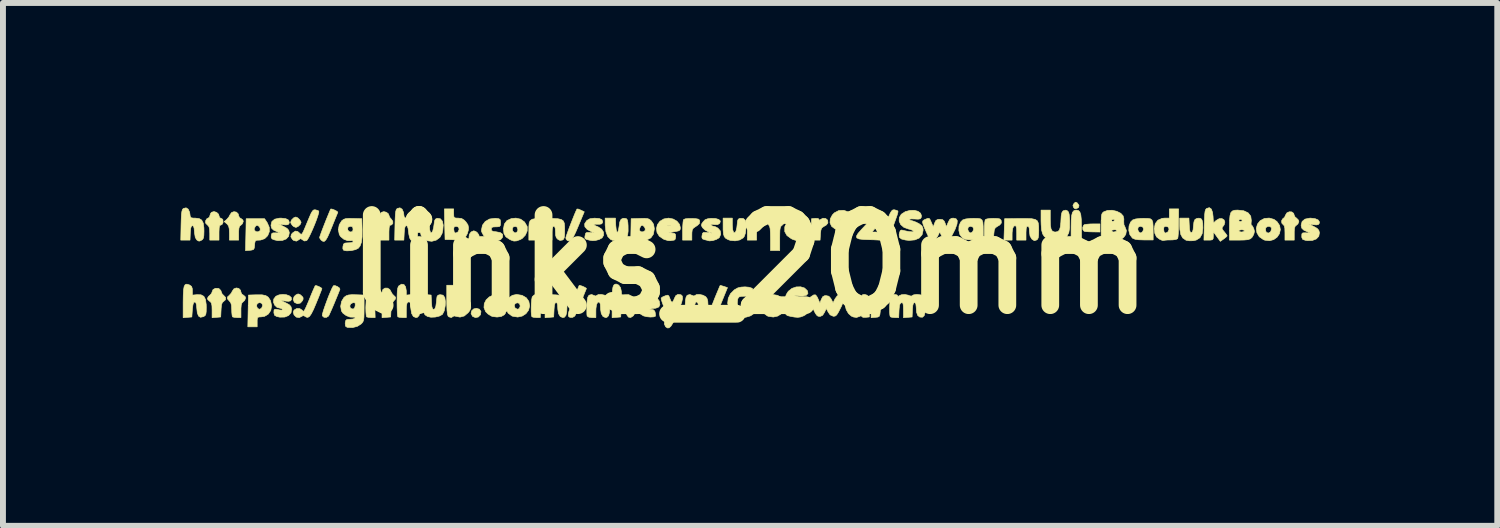
<source format=kicad_pcb>
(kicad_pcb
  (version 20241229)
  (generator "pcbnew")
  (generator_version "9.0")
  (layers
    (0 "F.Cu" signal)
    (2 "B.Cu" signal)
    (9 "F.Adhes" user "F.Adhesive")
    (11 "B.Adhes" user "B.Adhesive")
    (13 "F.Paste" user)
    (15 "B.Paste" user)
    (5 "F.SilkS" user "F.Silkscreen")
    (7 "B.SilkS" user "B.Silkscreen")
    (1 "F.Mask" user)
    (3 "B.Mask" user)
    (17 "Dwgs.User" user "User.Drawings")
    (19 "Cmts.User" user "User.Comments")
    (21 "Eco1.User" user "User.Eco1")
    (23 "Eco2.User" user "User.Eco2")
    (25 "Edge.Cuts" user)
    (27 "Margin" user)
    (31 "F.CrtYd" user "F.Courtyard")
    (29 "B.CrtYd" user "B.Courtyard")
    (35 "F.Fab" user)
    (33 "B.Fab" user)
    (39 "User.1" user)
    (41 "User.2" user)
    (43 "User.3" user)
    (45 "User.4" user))
  (footprint "links_20mm"
    (layer "F.Cu")
    (at 9.619 1.418)
    (property "Reference" "links_20mm" (at 0 0 0) (layer "F.SilkS") (effects (font (size 1.524 1.524) (thickness 0.3))))
    (attr through_hole)
    (fp_poly (pts (xy -6.405 -0.914) (xy -6.4 -0.882) (xy -6.418 -0.853) (xy -6.44 -0.844) (xy -6.478 -0.85) (xy -6.492 -0.865) (xy -6.492 -0.907) (xy -6.464 -0.933) (xy -6.436 -0.935) (xy -6.405 -0.914)) (stroke (width 0.01) (type solid)) (fill yes) (layer "F.SilkS"))
    (fp_poly (pts (xy -6.378 0.359) (xy -6.355 0.386) (xy -6.354 0.405) (xy -6.374 0.434) (xy -6.41 0.446) (xy -6.443 0.437) (xy -6.454 0.423) (xy -6.45 0.388) (xy -6.422 0.362) (xy -6.383 0.358) (xy -6.378 0.359)) (stroke (width 0.01) (type solid)) (fill yes) (layer "F.SilkS"))
    (fp_poly (pts (xy 5.529 -1.044) (xy 5.537 -1.037) (xy 5.565 -0.999) (xy 5.56 -0.965) (xy 5.538 -0.95) (xy 5.506 -0.939) (xy 5.488 -0.947) (xy 5.473 -0.964) (xy 5.463 -0.995) (xy 5.479 -1.027) (xy 5.504 -1.051) (xy 5.529 -1.044)) (stroke (width 0.01) (type solid)) (fill yes) (layer "F.SilkS"))
    (fp_poly (pts (xy -4.567 0.757) (xy -4.541 0.796) (xy -4.549 0.849) (xy -4.549 0.851) (xy -4.585 0.889) (xy -4.634 0.899) (xy -4.682 0.879) (xy -4.685 0.875) (xy -4.708 0.831) (xy -4.699 0.786) (xy -4.665 0.753) (xy -4.619 0.742) (xy -4.567 0.757)) (stroke (width 0.01) (type solid)) (fill yes) (layer "F.SilkS"))
    (fp_poly (pts (xy -7.603 0.507) (xy -7.58 0.525) (xy -7.549 0.556) (xy -7.546 0.586) (xy -7.557 0.613) (xy -7.592 0.653) (xy -7.641 0.665) (xy -7.687 0.646) (xy -7.697 0.636) (xy -7.715 0.589) (xy -7.697 0.542) (xy -7.667 0.515) (xy -7.633 0.499) (xy -7.603 0.507)) (stroke (width 0.01) (type solid)) (fill yes) (layer "F.SilkS"))
    (fp_poly (pts (xy 5.92 -0.547) (xy 5.798 -0.549) (xy 5.73 -0.551) (xy 5.676 -0.555) (xy 5.652 -0.56) (xy 5.631 -0.586) (xy 5.629 -0.626) (xy 5.644 -0.662) (xy 5.658 -0.672) (xy 5.694 -0.678) (xy 5.753 -0.683) (xy 5.805 -0.684) (xy 5.92 -0.684) (xy 5.92 -0.547)) (stroke (width 0.01) (type solid)) (fill yes) (layer "F.SilkS"))
    (fp_poly (pts (xy -6.427 -0.779) (xy -6.405 -0.773) (xy -6.39 -0.761) (xy -6.382 -0.733) (xy -6.377 -0.682) (xy -6.374 -0.601) (xy -6.374 -0.591) (xy -6.368 -0.41) (xy -6.526 -0.41) (xy -6.526 -0.563) (xy -6.522 -0.664) (xy -6.508 -0.731) (xy -6.482 -0.769) (xy -6.443 -0.78) (xy -6.427 -0.779)) (stroke (width 0.01) (type solid)) (fill yes) (layer "F.SilkS"))
    (fp_poly (pts (xy -4.626 -0.554) (xy -4.603 -0.536) (xy -4.578 -0.5) (xy -4.572 -0.479) (xy -4.588 -0.434) (xy -4.628 -0.404) (xy -4.678 -0.394) (xy -4.722 -0.412) (xy -4.724 -0.414) (xy -4.744 -0.457) (xy -4.737 -0.507) (xy -4.708 -0.548) (xy -4.664 -0.567) (xy -4.66 -0.567) (xy -4.626 -0.554)) (stroke (width 0.01) (type solid)) (fill yes) (layer "F.SilkS"))
    (fp_poly (pts (xy -7.637 -0.786) (xy -7.603 -0.753) (xy -7.582 -0.716) (xy -7.581 -0.708) (xy -7.596 -0.674) (xy -7.631 -0.641) (xy -7.667 -0.625) (xy -7.669 -0.625) (xy -7.703 -0.638) (xy -7.726 -0.656) (xy -7.751 -0.692) (xy -7.757 -0.713) (xy -7.742 -0.751) (xy -7.707 -0.786) (xy -7.67 -0.801) (xy -7.637 -0.786)) (stroke (width 0.01) (type solid)) (fill yes) (layer "F.SilkS"))
    (fp_poly (pts (xy 5.555 -0.911) (xy 5.58 -0.886) (xy 5.596 -0.839) (xy 5.604 -0.763) (xy 5.607 -0.655) (xy 5.608 -0.634) (xy 5.608 -0.41) (xy 5.432 -0.41) (xy 5.432 -0.634) (xy 5.434 -0.748) (xy 5.442 -0.828) (xy 5.456 -0.88) (xy 5.48 -0.908) (xy 5.513 -0.918) (xy 5.52 -0.918) (xy 5.555 -0.911)) (stroke (width 0.01) (type solid)) (fill yes) (layer "F.SilkS"))
    (fp_poly (pts (xy -6.388 0.511) (xy -6.366 0.516) (xy -6.352 0.528) (xy -6.343 0.555) (xy -6.339 0.604) (xy -6.335 0.682) (xy -6.335 0.708) (xy -6.329 0.899) (xy -6.395 0.899) (xy -6.443 0.895) (xy -6.473 0.887) (xy -6.474 0.886) (xy -6.48 0.861) (xy -6.485 0.808) (xy -6.487 0.737) (xy -6.487 0.723) (xy -6.482 0.623) (xy -6.468 0.556) (xy -6.441 0.52) (xy -6.401 0.51) (xy -6.388 0.511)) (stroke (width 0.01) (type solid)) (fill yes) (layer "F.SilkS"))
    (fp_poly (pts (xy 1.284 -0.776) (xy 1.316 -0.749) (xy 1.319 -0.74) (xy 1.322 -0.7) (xy 1.297 -0.667) (xy 1.247 -0.637) (xy 1.219 -0.616) (xy 1.204 -0.581) (xy 1.196 -0.521) (xy 1.196 -0.512) (xy 1.19 -0.41) (xy 1.034 -0.41) (xy 1.04 -0.591) (xy 1.045 -0.772) (xy 1.109 -0.778) (xy 1.157 -0.776) (xy 1.172 -0.759) (xy 1.178 -0.745) (xy 1.196 -0.758) (xy 1.238 -0.78) (xy 1.284 -0.776)) (stroke (width 0.01) (type solid)) (fill yes) (layer "F.SilkS"))
    (fp_poly (pts (xy -0.976 -0.776) (xy -0.908 -0.772) (xy -0.869 -0.765) (xy -0.85 -0.751) (xy -0.844 -0.728) (xy -0.85 -0.691) (xy -0.884 -0.658) (xy -0.907 -0.643) (xy -0.949 -0.615) (xy -0.97 -0.585) (xy -0.976 -0.54) (xy -0.977 -0.506) (xy -0.977 -0.41) (xy -1.133 -0.41) (xy -1.133 -0.572) (xy -1.131 -0.649) (xy -1.126 -0.713) (xy -1.12 -0.751) (xy -1.118 -0.756) (xy -1.088 -0.77) (xy -1.025 -0.776) (xy -0.976 -0.776)) (stroke (width 0.01) (type solid)) (fill yes) (layer "F.SilkS"))
    (fp_poly (pts (xy 0.118 -0.776) (xy 0.187 -0.772) (xy 0.225 -0.765) (xy 0.244 -0.751) (xy 0.25 -0.728) (xy 0.244 -0.691) (xy 0.21 -0.658) (xy 0.187 -0.643) (xy 0.145 -0.615) (xy 0.124 -0.585) (xy 0.118 -0.54) (xy 0.117 -0.506) (xy 0.117 -0.41) (xy -0.039 -0.41) (xy -0.039 -0.572) (xy -0.037 -0.649) (xy -0.032 -0.713) (xy -0.026 -0.751) (xy -0.024 -0.756) (xy 0.006 -0.77) (xy 0.07 -0.776) (xy 0.118 -0.776)) (stroke (width 0.01) (type solid)) (fill yes) (layer "F.SilkS"))
    (fp_poly (pts (xy 4.185 -0.776) (xy 4.225 -0.769) (xy 4.244 -0.753) (xy 4.251 -0.739) (xy 4.253 -0.699) (xy 4.226 -0.666) (xy 4.178 -0.637) (xy 4.15 -0.616) (xy 4.134 -0.581) (xy 4.127 -0.521) (xy 4.126 -0.512) (xy 4.121 -0.41) (xy 3.966 -0.41) (xy 3.967 -0.572) (xy 3.968 -0.649) (xy 3.973 -0.712) (xy 3.979 -0.75) (xy 3.981 -0.755) (xy 4.008 -0.768) (xy 4.063 -0.776) (xy 4.117 -0.778) (xy 4.185 -0.776)) (stroke (width 0.01) (type solid)) (fill yes) (layer "F.SilkS"))
    (fp_poly (pts (xy -2.897 -0.935) (xy -2.858 -0.919) (xy -2.853 -0.917) (xy -2.795 -0.889) (xy -2.897 -0.645) (xy -2.942 -0.54) (xy -2.978 -0.467) (xy -3.007 -0.422) (xy -3.033 -0.4) (xy -3.06 -0.397) (xy -3.082 -0.403) (xy -3.103 -0.429) (xy -3.107 -0.449) (xy -3.1 -0.476) (xy -3.081 -0.53) (xy -3.055 -0.603) (xy -3.023 -0.685) (xy -2.99 -0.769) (xy -2.96 -0.844) (xy -2.935 -0.902) (xy -2.919 -0.934) (xy -2.917 -0.936) (xy -2.897 -0.935)) (stroke (width 0.01) (type solid)) (fill yes) (layer "F.SilkS"))
    (fp_poly (pts (xy -0.48 0.359) (xy -0.439 0.371) (xy -0.435 0.372) (xy -0.375 0.393) (xy -0.476 0.641) (xy -0.519 0.746) (xy -0.553 0.819) (xy -0.58 0.865) (xy -0.602 0.889) (xy -0.616 0.895) (xy -0.655 0.893) (xy -0.67 0.887) (xy -0.681 0.866) (xy -0.681 0.833) (xy -0.669 0.782) (xy -0.643 0.707) (xy -0.602 0.603) (xy -0.594 0.582) (xy -0.559 0.497) (xy -0.529 0.426) (xy -0.509 0.377) (xy -0.499 0.357) (xy -0.499 0.356) (xy -0.48 0.359)) (stroke (width 0.01) (type solid)) (fill yes) (layer "F.SilkS"))
    (fp_poly (pts (xy -6.966 0.375) (xy -6.934 0.398) (xy -6.924 0.42) (xy -6.924 0.42) (xy -6.953 0.494) (xy -6.988 0.579) (xy -7.024 0.666) (xy -7.059 0.748) (xy -7.089 0.815) (xy -7.11 0.861) (xy -7.118 0.874) (xy -7.153 0.896) (xy -7.194 0.894) (xy -7.222 0.869) (xy -7.223 0.867) (xy -7.22 0.84) (xy -7.205 0.786) (xy -7.18 0.712) (xy -7.15 0.629) (xy -7.118 0.544) (xy -7.086 0.467) (xy -7.059 0.405) (xy -7.038 0.367) (xy -7.032 0.36) (xy -7.003 0.36) (xy -6.966 0.375)) (stroke (width 0.01) (type solid)) (fill yes) (layer "F.SilkS"))
    (fp_poly (pts (xy -8.673 -0.883) (xy -8.643 -0.853) (xy -8.636 -0.821) (xy -8.62 -0.788) (xy -8.597 -0.776) (xy -8.564 -0.75) (xy -8.558 -0.725) (xy -8.574 -0.685) (xy -8.597 -0.664) (xy -8.62 -0.645) (xy -8.631 -0.612) (xy -8.636 -0.555) (xy -8.636 -0.527) (xy -8.636 -0.41) (xy -8.792 -0.41) (xy -8.792 -0.529) (xy -8.795 -0.6) (xy -8.805 -0.645) (xy -8.825 -0.676) (xy -8.836 -0.686) (xy -8.88 -0.723) (xy -8.839 -0.758) (xy -8.802 -0.8) (xy -8.784 -0.835) (xy -8.756 -0.876) (xy -8.715 -0.891) (xy -8.673 -0.883)) (stroke (width 0.01) (type solid)) (fill yes) (layer "F.SilkS"))
    (fp_poly (pts (xy 2.169 0.518) (xy 2.178 0.527) (xy 2.203 0.534) (xy 2.228 0.522) (xy 2.271 0.509) (xy 2.301 0.52) (xy 2.336 0.557) (xy 2.333 0.597) (xy 2.293 0.637) (xy 2.282 0.644) (xy 2.243 0.672) (xy 2.222 0.706) (xy 2.211 0.758) (xy 2.208 0.786) (xy 2.201 0.846) (xy 2.19 0.877) (xy 2.167 0.89) (xy 2.125 0.895) (xy 2.052 0.901) (xy 2.052 0.735) (xy 2.053 0.656) (xy 2.056 0.588) (xy 2.062 0.546) (xy 2.063 0.539) (xy 2.09 0.516) (xy 2.132 0.508) (xy 2.169 0.518)) (stroke (width 0.01) (type solid)) (fill yes) (layer "F.SilkS"))
    (fp_poly (pts (xy -7.06 -0.935) (xy -7.023 -0.922) (xy -6.985 -0.903) (xy -6.962 -0.886) (xy -6.96 -0.881) (xy -6.969 -0.858) (xy -6.99 -0.807) (xy -7.019 -0.736) (xy -7.052 -0.654) (xy -7.098 -0.542) (xy -7.133 -0.463) (xy -7.162 -0.414) (xy -7.187 -0.39) (xy -7.21 -0.389) (xy -7.235 -0.405) (xy -7.245 -0.414) (xy -7.266 -0.445) (xy -7.268 -0.457) (xy -7.261 -0.479) (xy -7.243 -0.53) (xy -7.217 -0.599) (xy -7.186 -0.679) (xy -7.154 -0.76) (xy -7.123 -0.835) (xy -7.099 -0.894) (xy -7.083 -0.93) (xy -7.08 -0.936) (xy -7.06 -0.935)) (stroke (width 0.01) (type solid)) (fill yes) (layer "F.SilkS"))
    (fp_poly (pts (xy -6.082 0.424) (xy -6.065 0.455) (xy -6.038 0.502) (xy -6.015 0.524) (xy -5.984 0.555) (xy -5.987 0.586) (xy -6.017 0.62) (xy -6.042 0.658) (xy -6.056 0.719) (xy -6.061 0.772) (xy -6.067 0.889) (xy -6.14 0.895) (xy -6.213 0.901) (xy -6.213 0.774) (xy -6.215 0.702) (xy -6.222 0.659) (xy -6.238 0.635) (xy -6.252 0.625) (xy -6.284 0.594) (xy -6.291 0.567) (xy -6.275 0.532) (xy -6.252 0.518) (xy -6.221 0.493) (xy -6.213 0.47) (xy -6.199 0.425) (xy -6.164 0.401) (xy -6.12 0.401) (xy -6.082 0.424)) (stroke (width 0.01) (type solid)) (fill yes) (layer "F.SilkS"))
    (fp_poly (pts (xy -2.863 0.357) (xy -2.826 0.369) (xy -2.787 0.387) (xy -2.762 0.403) (xy -2.759 0.409) (xy -2.768 0.431) (xy -2.789 0.482) (xy -2.818 0.554) (xy -2.851 0.636) (xy -2.886 0.722) (xy -2.918 0.796) (xy -2.943 0.85) (xy -2.956 0.874) (xy -2.991 0.895) (xy -3.034 0.896) (xy -3.055 0.886) (xy -3.064 0.869) (xy -3.065 0.841) (xy -3.055 0.797) (xy -3.032 0.731) (xy -2.996 0.638) (xy -2.976 0.588) (xy -2.941 0.501) (xy -2.912 0.429) (xy -2.891 0.379) (xy -2.882 0.357) (xy -2.882 0.356) (xy -2.863 0.357)) (stroke (width 0.01) (type solid)) (fill yes) (layer "F.SilkS"))
    (fp_poly (pts (xy -5.412 -0.665) (xy -5.407 -0.584) (xy -5.394 -0.54) (xy -5.376 -0.532) (xy -5.357 -0.561) (xy -5.341 -0.625) (xy -5.334 -0.674) (xy -5.326 -0.733) (xy -5.312 -0.764) (xy -5.288 -0.776) (xy -5.276 -0.779) (xy -5.226 -0.77) (xy -5.193 -0.73) (xy -5.179 -0.664) (xy -5.186 -0.576) (xy -5.198 -0.523) (xy -5.235 -0.456) (xy -5.297 -0.41) (xy -5.372 -0.39) (xy -5.45 -0.4) (xy -5.481 -0.413) (xy -5.524 -0.444) (xy -5.551 -0.484) (xy -5.565 -0.544) (xy -5.568 -0.632) (xy -5.568 -0.639) (xy -5.568 -0.782) (xy -5.412 -0.782) (xy -5.412 -0.665)) (stroke (width 0.01) (type solid)) (fill yes) (layer "F.SilkS"))
    (fp_poly (pts (xy -2.263 -0.659) (xy -2.255 -0.585) (xy -2.243 -0.547) (xy -2.23 -0.544) (xy -2.217 -0.579) (xy -2.207 -0.639) (xy -2.195 -0.717) (xy -2.173 -0.762) (xy -2.138 -0.779) (xy -2.108 -0.778) (xy -2.081 -0.771) (xy -2.067 -0.751) (xy -2.059 -0.71) (xy -2.055 -0.655) (xy -2.054 -0.561) (xy -2.062 -0.497) (xy -2.083 -0.455) (xy -2.12 -0.425) (xy -2.129 -0.42) (xy -2.22 -0.394) (xy -2.311 -0.405) (xy -2.349 -0.421) (xy -2.397 -0.469) (xy -2.429 -0.551) (xy -2.442 -0.663) (xy -2.442 -0.689) (xy -2.442 -0.782) (xy -2.268 -0.782) (xy -2.263 -0.659)) (stroke (width 0.01) (type solid)) (fill yes) (layer "F.SilkS"))
    (fp_poly (pts (xy 9.161 -0.887) (xy 9.193 -0.863) (xy 9.203 -0.829) (xy 9.218 -0.8) (xy 9.242 -0.782) (xy 9.273 -0.75) (xy 9.281 -0.723) (xy 9.265 -0.684) (xy 9.242 -0.664) (xy 9.219 -0.645) (xy 9.207 -0.612) (xy 9.203 -0.555) (xy 9.203 -0.527) (xy 9.203 -0.41) (xy 9.046 -0.41) (xy 9.046 -0.535) (xy 9.044 -0.61) (xy 9.034 -0.653) (xy 9.017 -0.671) (xy 9.017 -0.671) (xy 8.993 -0.697) (xy 8.989 -0.736) (xy 9.006 -0.769) (xy 9.015 -0.774) (xy 9.041 -0.799) (xy 9.054 -0.83) (xy 9.079 -0.871) (xy 9.119 -0.889) (xy 9.161 -0.887)) (stroke (width 0.01) (type solid)) (fill yes) (layer "F.SilkS"))
    (fp_poly (pts (xy -8.981 0.405) (xy -8.968 0.41) (xy -8.937 0.441) (xy -8.929 0.465) (xy -8.914 0.501) (xy -8.89 0.523) (xy -8.856 0.559) (xy -8.858 0.597) (xy -8.889 0.625) (xy -8.912 0.645) (xy -8.925 0.682) (xy -8.932 0.746) (xy -8.933 0.767) (xy -8.939 0.889) (xy -9.012 0.895) (xy -9.085 0.901) (xy -9.085 0.774) (xy -9.087 0.702) (xy -9.095 0.659) (xy -9.11 0.635) (xy -9.124 0.625) (xy -9.156 0.597) (xy -9.164 0.576) (xy -9.148 0.544) (xy -9.124 0.523) (xy -9.094 0.491) (xy -9.085 0.465) (xy -9.069 0.426) (xy -9.029 0.404) (xy -8.981 0.405)) (stroke (width 0.01) (type solid)) (fill yes) (layer "F.SilkS"))
    (fp_poly (pts (xy -6.139 -0.881) (xy -6.105 -0.854) (xy -6.096 -0.829) (xy -6.082 -0.794) (xy -6.056 -0.765) (xy -6.031 -0.729) (xy -6.03 -0.691) (xy -6.053 -0.667) (xy -6.069 -0.664) (xy -6.084 -0.654) (xy -6.093 -0.618) (xy -6.096 -0.55) (xy -6.096 -0.537) (xy -6.096 -0.41) (xy -6.252 -0.41) (xy -6.252 -0.527) (xy -6.255 -0.596) (xy -6.263 -0.636) (xy -6.282 -0.659) (xy -6.291 -0.664) (xy -6.323 -0.697) (xy -6.33 -0.725) (xy -6.314 -0.764) (xy -6.291 -0.776) (xy -6.26 -0.799) (xy -6.252 -0.821) (xy -6.238 -0.861) (xy -6.222 -0.88) (xy -6.183 -0.892) (xy -6.139 -0.881)) (stroke (width 0.01) (type solid)) (fill yes) (layer "F.SilkS"))
    (fp_poly (pts (xy -0.293 -0.665) (xy -0.287 -0.585) (xy -0.272 -0.542) (xy -0.252 -0.533) (xy -0.232 -0.561) (xy -0.217 -0.622) (xy -0.211 -0.675) (xy -0.205 -0.734) (xy -0.193 -0.764) (xy -0.17 -0.776) (xy -0.16 -0.778) (xy -0.108 -0.776) (xy -0.076 -0.748) (xy -0.062 -0.692) (xy -0.062 -0.611) (xy -0.072 -0.529) (xy -0.09 -0.475) (xy -0.11 -0.448) (xy -0.169 -0.413) (xy -0.246 -0.398) (xy -0.326 -0.405) (xy -0.363 -0.418) (xy -0.404 -0.44) (xy -0.429 -0.469) (xy -0.443 -0.514) (xy -0.449 -0.583) (xy -0.449 -0.646) (xy -0.449 -0.782) (xy -0.293 -0.782) (xy -0.293 -0.665)) (stroke (width 0.01) (type solid)) (fill yes) (layer "F.SilkS"))
    (fp_poly (pts (xy 7.429 -0.659) (xy 7.434 -0.589) (xy 7.444 -0.55) (xy 7.461 -0.537) (xy 7.464 -0.537) (xy 7.482 -0.549) (xy 7.494 -0.587) (xy 7.499 -0.644) (xy 7.508 -0.718) (xy 7.526 -0.76) (xy 7.561 -0.778) (xy 7.593 -0.781) (xy 7.626 -0.774) (xy 7.646 -0.746) (xy 7.657 -0.693) (xy 7.659 -0.615) (xy 7.647 -0.518) (xy 7.609 -0.45) (xy 7.546 -0.411) (xy 7.493 -0.4) (xy 7.431 -0.399) (xy 7.38 -0.407) (xy 7.373 -0.409) (xy 7.319 -0.446) (xy 7.286 -0.504) (xy 7.27 -0.59) (xy 7.268 -0.649) (xy 7.268 -0.782) (xy 7.423 -0.782) (xy 7.429 -0.659)) (stroke (width 0.01) (type solid)) (fill yes) (layer "F.SilkS"))
    (fp_poly (pts (xy -9.008 -0.879) (xy -8.975 -0.848) (xy -8.968 -0.821) (xy -8.957 -0.789) (xy -8.941 -0.782) (xy -8.911 -0.766) (xy -8.902 -0.752) (xy -8.899 -0.708) (xy -8.917 -0.674) (xy -8.941 -0.664) (xy -8.957 -0.654) (xy -8.965 -0.618) (xy -8.968 -0.55) (xy -8.968 -0.537) (xy -8.968 -0.41) (xy -9.124 -0.41) (xy -9.124 -0.525) (xy -9.127 -0.594) (xy -9.137 -0.635) (xy -9.157 -0.661) (xy -9.166 -0.668) (xy -9.196 -0.7) (xy -9.194 -0.738) (xy -9.173 -0.772) (xy -9.152 -0.782) (xy -9.129 -0.798) (xy -9.124 -0.818) (xy -9.11 -0.861) (xy -9.095 -0.88) (xy -9.053 -0.893) (xy -9.008 -0.879)) (stroke (width 0.01) (type solid)) (fill yes) (layer "F.SilkS"))
    (fp_poly (pts (xy -8.242 0.514) (xy -8.178 0.527) (xy -8.135 0.555) (xy -8.104 0.602) (xy -8.096 0.619) (xy -8.079 0.702) (xy -8.093 0.778) (xy -8.134 0.839) (xy -8.198 0.878) (xy -8.256 0.887) (xy -8.298 0.889) (xy -8.317 0.903) (xy -8.323 0.938) (xy -8.323 0.971) (xy -8.323 1.055) (xy -8.481 1.055) (xy -8.474 0.696) (xy -8.335 0.696) (xy -8.321 0.735) (xy -8.29 0.76) (xy -8.26 0.748) (xy -8.245 0.733) (xy -8.23 0.692) (xy -8.245 0.658) (xy -8.282 0.645) (xy -8.319 0.66) (xy -8.335 0.696) (xy -8.474 0.696) (xy -8.47 0.518) (xy -8.336 0.514) (xy -8.242 0.514)) (stroke (width 0.01) (type solid)) (fill yes) (layer "F.SilkS"))
    (fp_poly (pts (xy -5.456 0.512) (xy -5.383 0.518) (xy -5.377 0.64) (xy -5.371 0.712) (xy -5.36 0.75) (xy -5.343 0.762) (xy -5.343 0.762) (xy -5.32 0.75) (xy -5.304 0.71) (xy -5.294 0.638) (xy -5.29 0.596) (xy -5.284 0.545) (xy -5.267 0.521) (xy -5.233 0.512) (xy -5.182 0.52) (xy -5.152 0.561) (xy -5.141 0.635) (xy -5.145 0.7) (xy -5.162 0.786) (xy -5.191 0.842) (xy -5.194 0.846) (xy -5.243 0.873) (xy -5.313 0.89) (xy -5.387 0.893) (xy -5.445 0.88) (xy -5.486 0.853) (xy -5.512 0.807) (xy -5.526 0.737) (xy -5.529 0.645) (xy -5.529 0.506) (xy -5.456 0.512)) (stroke (width 0.01) (type solid)) (fill yes) (layer "F.SilkS"))
    (fp_poly (pts (xy -4.209 0.516) (xy -4.175 0.531) (xy -4.164 0.561) (xy -4.165 0.592) (xy -4.172 0.632) (xy -4.191 0.65) (xy -4.233 0.654) (xy -4.25 0.655) (xy -4.301 0.658) (xy -4.323 0.671) (xy -4.328 0.694) (xy -4.32 0.719) (xy -4.291 0.734) (xy -4.242 0.742) (xy -4.173 0.759) (xy -4.134 0.787) (xy -4.126 0.822) (xy -4.144 0.85) (xy -4.197 0.88) (xy -4.269 0.89) (xy -4.343 0.881) (xy -4.369 0.872) (xy -4.422 0.838) (xy -4.462 0.799) (xy -4.49 0.73) (xy -4.485 0.662) (xy -4.453 0.599) (xy -4.399 0.549) (xy -4.328 0.517) (xy -4.247 0.51) (xy -4.209 0.516)) (stroke (width 0.01) (type solid)) (fill yes) (layer "F.SilkS"))
    (fp_poly (pts (xy -3.846 0.523) (xy -3.774 0.565) (xy -3.732 0.625) (xy -3.718 0.702) (xy -3.736 0.773) (xy -3.78 0.832) (xy -3.843 0.873) (xy -3.919 0.89) (xy -4 0.878) (xy -4.019 0.871) (xy -4.081 0.825) (xy -4.115 0.763) (xy -4.123 0.694) (xy -4.123 0.69) (xy -3.978 0.69) (xy -3.968 0.729) (xy -3.964 0.736) (xy -3.927 0.758) (xy -3.895 0.748) (xy -3.879 0.709) (xy -3.878 0.703) (xy -3.89 0.662) (xy -3.92 0.649) (xy -3.959 0.658) (xy -3.978 0.69) (xy -4.123 0.69) (xy -4.108 0.624) (xy -4.07 0.565) (xy -4.011 0.523) (xy -3.938 0.508) (xy -3.846 0.523)) (stroke (width 0.01) (type solid)) (fill yes) (layer "F.SilkS"))
    (fp_poly (pts (xy 0.472 0.523) (xy 0.544 0.565) (xy 0.586 0.625) (xy 0.6 0.702) (xy 0.582 0.773) (xy 0.538 0.832) (xy 0.475 0.873) (xy 0.399 0.89) (xy 0.318 0.878) (xy 0.299 0.871) (xy 0.237 0.825) (xy 0.203 0.763) (xy 0.195 0.694) (xy 0.195 0.69) (xy 0.34 0.69) (xy 0.35 0.729) (xy 0.354 0.736) (xy 0.391 0.758) (xy 0.423 0.748) (xy 0.439 0.709) (xy 0.44 0.703) (xy 0.428 0.662) (xy 0.398 0.649) (xy 0.359 0.658) (xy 0.34 0.69) (xy 0.195 0.69) (xy 0.21 0.624) (xy 0.248 0.565) (xy 0.307 0.523) (xy 0.38 0.508) (xy 0.472 0.523)) (stroke (width 0.01) (type solid)) (fill yes) (layer "F.SilkS"))
    (fp_poly (pts (xy -8.634 0.406) (xy -8.604 0.437) (xy -8.597 0.47) (xy -8.581 0.504) (xy -8.558 0.518) (xy -8.526 0.544) (xy -8.519 0.568) (xy -8.534 0.607) (xy -8.558 0.63) (xy -8.58 0.651) (xy -8.592 0.685) (xy -8.597 0.743) (xy -8.597 0.776) (xy -8.597 0.899) (xy -8.662 0.899) (xy -8.71 0.895) (xy -8.739 0.887) (xy -8.74 0.886) (xy -8.747 0.86) (xy -8.752 0.809) (xy -8.753 0.763) (xy -8.757 0.692) (xy -8.77 0.647) (xy -8.792 0.62) (xy -8.826 0.582) (xy -8.824 0.55) (xy -8.795 0.524) (xy -8.759 0.484) (xy -8.745 0.455) (xy -8.717 0.414) (xy -8.676 0.398) (xy -8.634 0.406)) (stroke (width 0.01) (type solid)) (fill yes) (layer "F.SilkS"))
    (fp_poly (pts (xy -3.87 -0.764) (xy -3.804 -0.716) (xy -3.763 -0.646) (xy -3.759 -0.635) (xy -3.76 -0.564) (xy -3.791 -0.494) (xy -3.844 -0.438) (xy -3.878 -0.419) (xy -3.939 -0.397) (xy -3.984 -0.394) (xy -4.031 -0.41) (xy -4.054 -0.421) (xy -4.119 -0.465) (xy -4.152 -0.519) (xy -4.161 -0.595) (xy -4.16 -0.603) (xy -4.012 -0.603) (xy -4.003 -0.562) (xy -3.973 -0.533) (xy -3.94 -0.536) (xy -3.92 -0.568) (xy -3.917 -0.586) (xy -3.931 -0.629) (xy -3.954 -0.642) (xy -3.994 -0.635) (xy -4.012 -0.603) (xy -4.16 -0.603) (xy -4.146 -0.681) (xy -4.102 -0.74) (xy -4.028 -0.774) (xy -3.951 -0.782) (xy -3.87 -0.764)) (stroke (width 0.01) (type solid)) (fill yes) (layer "F.SilkS"))
    (fp_poly (pts (xy 8.86 -0.761) (xy 8.911 -0.724) (xy 8.956 -0.657) (xy 8.968 -0.587) (xy 8.953 -0.519) (xy 8.914 -0.461) (xy 8.856 -0.419) (xy 8.786 -0.4) (xy 8.706 -0.409) (xy 8.681 -0.419) (xy 8.612 -0.467) (xy 8.572 -0.534) (xy 8.567 -0.57) (xy 8.717 -0.57) (xy 8.735 -0.539) (xy 8.766 -0.529) (xy 8.798 -0.546) (xy 8.809 -0.562) (xy 8.819 -0.602) (xy 8.817 -0.62) (xy 8.793 -0.641) (xy 8.756 -0.642) (xy 8.725 -0.623) (xy 8.721 -0.615) (xy 8.717 -0.57) (xy 8.567 -0.57) (xy 8.561 -0.608) (xy 8.582 -0.682) (xy 8.627 -0.738) (xy 8.698 -0.776) (xy 8.78 -0.783) (xy 8.86 -0.761)) (stroke (width 0.01) (type solid)) (fill yes) (layer "F.SilkS"))
    (fp_poly (pts (xy -1.728 -0.774) (xy -1.696 -0.763) (xy -1.669 -0.741) (xy -1.659 -0.731) (xy -1.624 -0.678) (xy -1.612 -0.609) (xy -1.612 -0.596) (xy -1.627 -0.51) (xy -1.67 -0.448) (xy -1.737 -0.415) (xy -1.781 -0.41) (xy -1.856 -0.41) (xy -1.856 -0.234) (xy -2.014 -0.234) (xy -2.008 -0.503) (xy -2.006 -0.598) (xy -1.863 -0.598) (xy -1.862 -0.574) (xy -1.837 -0.551) (xy -1.799 -0.55) (xy -1.769 -0.571) (xy -1.765 -0.578) (xy -1.768 -0.614) (xy -1.786 -0.641) (xy -1.814 -0.663) (xy -1.833 -0.654) (xy -1.846 -0.638) (xy -1.863 -0.598) (xy -2.006 -0.598) (xy -2.003 -0.772) (xy -1.855 -0.776) (xy -1.777 -0.778) (xy -1.728 -0.774)) (stroke (width 0.01) (type solid)) (fill yes) (layer "F.SilkS"))
    (fp_poly (pts (xy 3.853 -0.777) (xy 3.9 -0.77) (xy 3.927 -0.749) (xy 3.941 -0.709) (xy 3.946 -0.642) (xy 3.947 -0.554) (xy 3.947 -0.413) (xy 3.791 -0.413) (xy 3.7 -0.416) (xy 3.64 -0.425) (xy 3.602 -0.441) (xy 3.595 -0.446) (xy 3.553 -0.502) (xy 3.535 -0.574) (xy 3.536 -0.595) (xy 3.685 -0.595) (xy 3.696 -0.562) (xy 3.722 -0.531) (xy 3.753 -0.538) (xy 3.771 -0.557) (xy 3.786 -0.597) (xy 3.771 -0.631) (xy 3.734 -0.645) (xy 3.696 -0.631) (xy 3.685 -0.595) (xy 3.536 -0.595) (xy 3.538 -0.649) (xy 3.565 -0.715) (xy 3.6 -0.751) (xy 3.652 -0.768) (xy 3.734 -0.777) (xy 3.784 -0.778) (xy 3.853 -0.777)) (stroke (width 0.01) (type solid)) (fill yes) (layer "F.SilkS"))
    (fp_poly (pts (xy 6.726 -0.777) (xy 6.772 -0.77) (xy 6.799 -0.749) (xy 6.813 -0.709) (xy 6.818 -0.642) (xy 6.819 -0.554) (xy 6.819 -0.413) (xy 6.663 -0.413) (xy 6.573 -0.416) (xy 6.513 -0.425) (xy 6.474 -0.441) (xy 6.467 -0.446) (xy 6.425 -0.502) (xy 6.407 -0.574) (xy 6.408 -0.595) (xy 6.558 -0.595) (xy 6.568 -0.562) (xy 6.595 -0.531) (xy 6.625 -0.538) (xy 6.643 -0.557) (xy 6.658 -0.597) (xy 6.643 -0.631) (xy 6.606 -0.645) (xy 6.568 -0.631) (xy 6.558 -0.595) (xy 6.408 -0.595) (xy 6.411 -0.649) (xy 6.437 -0.715) (xy 6.473 -0.751) (xy 6.524 -0.768) (xy 6.607 -0.777) (xy 6.656 -0.778) (xy 6.726 -0.777)) (stroke (width 0.01) (type solid)) (fill yes) (layer "F.SilkS"))
    (fp_poly (pts (xy -8.152 -0.703) (xy -8.119 -0.627) (xy -8.118 -0.552) (xy -8.145 -0.485) (xy -8.196 -0.435) (xy -8.267 -0.411) (xy -8.287 -0.41) (xy -8.333 -0.408) (xy -8.355 -0.395) (xy -8.364 -0.359) (xy -8.366 -0.327) (xy -8.372 -0.275) (xy -8.387 -0.25) (xy -8.421 -0.241) (xy -8.446 -0.238) (xy -8.52 -0.232) (xy -8.514 -0.502) (xy -8.512 -0.604) (xy -8.373 -0.604) (xy -8.371 -0.58) (xy -8.344 -0.553) (xy -8.306 -0.55) (xy -8.275 -0.57) (xy -8.271 -0.578) (xy -8.274 -0.615) (xy -8.291 -0.641) (xy -8.319 -0.662) (xy -8.342 -0.653) (xy -8.353 -0.643) (xy -8.373 -0.604) (xy -8.512 -0.604) (xy -8.509 -0.772) (xy -8.198 -0.772) (xy -8.152 -0.703)) (stroke (width 0.01) (type solid)) (fill yes) (layer "F.SilkS"))
    (fp_poly (pts (xy 0.548 -0.935) (xy 0.577 -0.903) (xy 0.584 -0.866) (xy 0.562 -0.831) (xy 0.545 -0.82) (xy 0.504 -0.798) (xy 0.545 -0.769) (xy 0.581 -0.729) (xy 0.578 -0.69) (xy 0.547 -0.66) (xy 0.529 -0.645) (xy 0.518 -0.621) (xy 0.511 -0.582) (xy 0.509 -0.518) (xy 0.508 -0.435) (xy 0.508 -0.234) (xy 0.352 -0.234) (xy 0.352 -0.437) (xy 0.35 -0.536) (xy 0.346 -0.602) (xy 0.337 -0.643) (xy 0.323 -0.664) (xy 0.322 -0.664) (xy 0.297 -0.704) (xy 0.298 -0.748) (xy 0.32 -0.776) (xy 0.343 -0.803) (xy 0.366 -0.852) (xy 0.37 -0.865) (xy 0.399 -0.923) (xy 0.441 -0.95) (xy 0.443 -0.95) (xy 0.501 -0.953) (xy 0.548 -0.935)) (stroke (width 0.01) (type solid)) (fill yes) (layer "F.SilkS"))
    (fp_poly (pts (xy -4.286 -0.778) (xy -4.237 -0.771) (xy -4.216 -0.755) (xy -4.211 -0.718) (xy -4.211 -0.703) (xy -4.213 -0.66) (xy -4.228 -0.64) (xy -4.266 -0.635) (xy -4.289 -0.635) (xy -4.34 -0.632) (xy -4.362 -0.618) (xy -4.367 -0.596) (xy -4.36 -0.57) (xy -4.331 -0.556) (xy -4.285 -0.551) (xy -4.213 -0.537) (xy -4.175 -0.508) (xy -4.174 -0.466) (xy -4.181 -0.451) (xy -4.208 -0.419) (xy -4.229 -0.41) (xy -4.274 -0.405) (xy -4.282 -0.403) (xy -4.318 -0.402) (xy -4.37 -0.409) (xy -4.376 -0.411) (xy -4.444 -0.441) (xy -4.499 -0.492) (xy -4.53 -0.552) (xy -4.533 -0.578) (xy -4.516 -0.662) (xy -4.468 -0.726) (xy -4.395 -0.767) (xy -4.302 -0.779) (xy -4.286 -0.778)) (stroke (width 0.01) (type solid)) (fill yes) (layer "F.SilkS"))
    (fp_poly (pts (xy -9.477 0.344) (xy -9.466 0.348) (xy -9.432 0.372) (xy -9.419 0.411) (xy -9.418 0.445) (xy -9.418 0.519) (xy -9.341 0.512) (xy -9.272 0.514) (xy -9.224 0.54) (xy -9.196 0.594) (xy -9.184 0.679) (xy -9.183 0.723) (xy -9.184 0.796) (xy -9.19 0.84) (xy -9.202 0.864) (xy -9.225 0.88) (xy -9.231 0.883) (xy -9.281 0.894) (xy -9.314 0.873) (xy -9.335 0.819) (xy -9.343 0.746) (xy -9.35 0.679) (xy -9.361 0.644) (xy -9.378 0.635) (xy -9.396 0.646) (xy -9.408 0.682) (xy -9.417 0.75) (xy -9.418 0.762) (xy -9.427 0.889) (xy -9.574 0.901) (xy -9.574 0.639) (xy -9.572 0.517) (xy -9.567 0.429) (xy -9.557 0.373) (xy -9.539 0.342) (xy -9.513 0.334) (xy -9.477 0.344)) (stroke (width 0.01) (type solid)) (fill yes) (layer "F.SilkS"))
    (fp_poly (pts (xy -7.84 -0.773) (xy -7.793 -0.749) (xy -7.78 -0.711) (xy -7.784 -0.691) (xy -7.801 -0.672) (xy -7.836 -0.667) (xy -7.879 -0.671) (xy -7.962 -0.683) (xy -7.874 -0.64) (xy -7.818 -0.608) (xy -7.79 -0.576) (xy -7.78 -0.536) (xy -7.791 -0.475) (xy -7.832 -0.43) (xy -7.896 -0.405) (xy -7.975 -0.402) (xy -8.027 -0.413) (xy -8.071 -0.43) (xy -8.086 -0.456) (xy -8.085 -0.484) (xy -8.078 -0.518) (xy -8.057 -0.532) (xy -8.012 -0.533) (xy -8.001 -0.533) (xy -7.952 -0.531) (xy -7.94 -0.533) (xy -7.961 -0.543) (xy -7.981 -0.55) (xy -8.045 -0.579) (xy -8.078 -0.611) (xy -8.089 -0.654) (xy -8.089 -0.664) (xy -8.074 -0.725) (xy -8.027 -0.764) (xy -7.949 -0.781) (xy -7.919 -0.782) (xy -7.84 -0.773)) (stroke (width 0.01) (type solid)) (fill yes) (layer "F.SilkS"))
    (fp_poly (pts (xy 9.555 -0.773) (xy 9.607 -0.751) (xy 9.629 -0.717) (xy 9.626 -0.694) (xy 9.61 -0.673) (xy 9.578 -0.667) (xy 9.53 -0.671) (xy 9.447 -0.683) (xy 9.535 -0.64) (xy 9.59 -0.608) (xy 9.618 -0.576) (xy 9.629 -0.536) (xy 9.618 -0.475) (xy 9.576 -0.43) (xy 9.51 -0.405) (xy 9.427 -0.402) (xy 9.388 -0.408) (xy 9.346 -0.423) (xy 9.331 -0.455) (xy 9.33 -0.479) (xy 9.332 -0.516) (xy 9.348 -0.532) (xy 9.388 -0.534) (xy 9.408 -0.533) (xy 9.456 -0.531) (xy 9.469 -0.533) (xy 9.448 -0.543) (xy 9.427 -0.55) (xy 9.364 -0.579) (xy 9.331 -0.611) (xy 9.32 -0.654) (xy 9.32 -0.664) (xy 9.336 -0.725) (xy 9.384 -0.765) (xy 9.462 -0.781) (xy 9.479 -0.782) (xy 9.555 -0.773)) (stroke (width 0.01) (type solid)) (fill yes) (layer "F.SilkS"))
    (fp_poly (pts (xy -7.829 0.513) (xy -7.778 0.532) (xy -7.746 0.56) (xy -7.744 0.596) (xy -7.76 0.617) (xy -7.794 0.624) (xy -7.84 0.62) (xy -7.923 0.609) (xy -7.835 0.652) (xy -7.78 0.682) (xy -7.752 0.713) (xy -7.741 0.753) (xy -7.741 0.755) (xy -7.751 0.818) (xy -7.792 0.864) (xy -7.856 0.89) (xy -7.939 0.892) (xy -7.991 0.881) (xy -8.028 0.861) (xy -8.04 0.821) (xy -8.04 0.81) (xy -8.038 0.773) (xy -8.024 0.758) (xy -7.989 0.76) (xy -7.947 0.77) (xy -7.907 0.773) (xy -7.894 0.762) (xy -7.91 0.746) (xy -7.928 0.742) (xy -7.987 0.727) (xy -8.028 0.688) (xy -8.048 0.637) (xy -8.042 0.584) (xy -8.007 0.539) (xy -8.006 0.538) (xy -7.953 0.515) (xy -7.89 0.507) (xy -7.829 0.513)) (stroke (width 0.01) (type solid)) (fill yes) (layer "F.SilkS"))
    (fp_poly (pts (xy -7.343 -0.923) (xy -7.301 -0.912) (xy -7.282 -0.901) (xy -7.282 -0.877) (xy -7.296 -0.826) (xy -7.32 -0.756) (xy -7.351 -0.676) (xy -7.386 -0.593) (xy -7.421 -0.516) (xy -7.452 -0.454) (xy -7.477 -0.413) (xy -7.487 -0.403) (xy -7.523 -0.395) (xy -7.555 -0.414) (xy -7.586 -0.435) (xy -7.608 -0.426) (xy -7.616 -0.418) (xy -7.66 -0.393) (xy -7.707 -0.405) (xy -7.726 -0.421) (xy -7.754 -0.466) (xy -7.744 -0.509) (xy -7.721 -0.534) (xy -7.677 -0.563) (xy -7.638 -0.556) (xy -7.605 -0.527) (xy -7.589 -0.512) (xy -7.575 -0.509) (xy -7.561 -0.522) (xy -7.542 -0.557) (xy -7.515 -0.619) (xy -7.478 -0.708) (xy -7.439 -0.801) (xy -7.411 -0.864) (xy -7.389 -0.901) (xy -7.37 -0.919) (xy -7.35 -0.923) (xy -7.343 -0.923)) (stroke (width 0.01) (type solid)) (fill yes) (layer "F.SilkS"))
    (fp_poly (pts (xy -5.873 -0.933) (xy -5.85 -0.88) (xy -5.846 -0.853) (xy -5.84 -0.808) (xy -5.824 -0.788) (xy -5.787 -0.782) (xy -5.756 -0.782) (xy -5.689 -0.775) (xy -5.645 -0.751) (xy -5.619 -0.704) (xy -5.609 -0.627) (xy -5.608 -0.574) (xy -5.613 -0.477) (xy -5.632 -0.417) (xy -5.663 -0.391) (xy -5.708 -0.4) (xy -5.724 -0.41) (xy -5.744 -0.442) (xy -5.759 -0.504) (xy -5.764 -0.541) (xy -5.773 -0.61) (xy -5.786 -0.646) (xy -5.803 -0.655) (xy -5.82 -0.644) (xy -5.831 -0.61) (xy -5.837 -0.544) (xy -5.838 -0.532) (xy -5.844 -0.41) (xy -5.999 -0.41) (xy -5.994 -0.667) (xy -5.991 -0.774) (xy -5.987 -0.849) (xy -5.981 -0.897) (xy -5.972 -0.926) (xy -5.958 -0.943) (xy -5.954 -0.945) (xy -5.91 -0.956) (xy -5.873 -0.933)) (stroke (width 0.01) (type solid)) (fill yes) (layer "F.SilkS"))
    (fp_poly (pts (xy -5.002 -0.86) (xy -5 -0.81) (xy -4.987 -0.787) (xy -4.952 -0.782) (xy -4.925 -0.782) (xy -4.867 -0.775) (xy -4.823 -0.747) (xy -4.796 -0.719) (xy -4.761 -0.668) (xy -4.751 -0.62) (xy -4.754 -0.58) (xy -4.772 -0.518) (xy -4.802 -0.464) (xy -4.807 -0.459) (xy -4.851 -0.422) (xy -4.896 -0.402) (xy -4.928 -0.403) (xy -4.931 -0.405) (xy -4.955 -0.411) (xy -5.005 -0.416) (xy -5.045 -0.418) (xy -5.148 -0.42) (xy -5.152 -0.599) (xy -5.002 -0.599) (xy -4.993 -0.547) (xy -4.969 -0.528) (xy -4.935 -0.545) (xy -4.924 -0.557) (xy -4.909 -0.597) (xy -4.924 -0.631) (xy -4.962 -0.645) (xy -4.994 -0.633) (xy -5.002 -0.599) (xy -5.152 -0.599) (xy -5.154 -0.679) (xy -5.159 -0.938) (xy -5.002 -0.938) (xy -5.002 -0.86)) (stroke (width 0.01) (type solid)) (fill yes) (layer "F.SilkS"))
    (fp_poly (pts (xy -2.213 0.35) (xy -2.182 0.394) (xy -2.169 0.454) (xy -2.169 0.458) (xy -2.166 0.501) (xy -2.15 0.516) (xy -2.12 0.513) (xy -2.043 0.512) (xy -1.984 0.541) (xy -1.957 0.577) (xy -1.941 0.636) (xy -1.934 0.709) (xy -1.938 0.782) (xy -1.95 0.841) (xy -1.965 0.868) (xy -2.011 0.898) (xy -2.049 0.891) (xy -2.077 0.852) (xy -2.09 0.783) (xy -2.091 0.76) (xy -2.098 0.69) (xy -2.117 0.648) (xy -2.12 0.645) (xy -2.141 0.633) (xy -2.156 0.643) (xy -2.165 0.681) (xy -2.171 0.751) (xy -2.173 0.782) (xy -2.179 0.889) (xy -2.325 0.901) (xy -2.325 0.64) (xy -2.324 0.522) (xy -2.319 0.438) (xy -2.31 0.382) (xy -2.295 0.349) (xy -2.274 0.335) (xy -2.254 0.332) (xy -2.213 0.35)) (stroke (width 0.01) (type solid)) (fill yes) (layer "F.SilkS"))
    (fp_poly (pts (xy 1.661 -0.889) (xy 1.725 -0.838) (xy 1.755 -0.769) (xy 1.754 -0.687) (xy 1.72 -0.596) (xy 1.654 -0.498) (xy 1.631 -0.471) (xy 1.582 -0.42) (xy 1.545 -0.397) (xy 1.512 -0.399) (xy 1.471 -0.423) (xy 1.471 -0.423) (xy 1.427 -0.454) (xy 1.468 -0.511) (xy 1.493 -0.55) (xy 1.502 -0.572) (xy 1.502 -0.574) (xy 1.481 -0.584) (xy 1.441 -0.601) (xy 1.385 -0.643) (xy 1.358 -0.702) (xy 1.36 -0.731) (xy 1.524 -0.731) (xy 1.537 -0.71) (xy 1.566 -0.709) (xy 1.592 -0.727) (xy 1.597 -0.738) (xy 1.588 -0.757) (xy 1.565 -0.762) (xy 1.531 -0.75) (xy 1.524 -0.731) (xy 1.36 -0.731) (xy 1.362 -0.769) (xy 1.397 -0.835) (xy 1.43 -0.87) (xy 1.506 -0.91) (xy 1.59 -0.914) (xy 1.661 -0.889)) (stroke (width 0.01) (type solid)) (fill yes) (layer "F.SilkS"))
    (fp_poly (pts (xy 5.08 -0.756) (xy 5.083 -0.662) (xy 5.093 -0.6) (xy 5.113 -0.564) (xy 5.145 -0.549) (xy 5.169 -0.547) (xy 5.209 -0.555) (xy 5.235 -0.581) (xy 5.25 -0.633) (xy 5.259 -0.716) (xy 5.26 -0.741) (xy 5.265 -0.822) (xy 5.275 -0.872) (xy 5.292 -0.9) (xy 5.3 -0.906) (xy 5.342 -0.917) (xy 5.368 -0.906) (xy 5.387 -0.886) (xy 5.399 -0.848) (xy 5.406 -0.784) (xy 5.408 -0.732) (xy 5.407 -0.618) (xy 5.393 -0.535) (xy 5.363 -0.478) (xy 5.315 -0.44) (xy 5.313 -0.439) (xy 5.247 -0.419) (xy 5.165 -0.412) (xy 5.084 -0.419) (xy 5.024 -0.438) (xy 4.98 -0.47) (xy 4.951 -0.515) (xy 4.933 -0.581) (xy 4.926 -0.674) (xy 4.924 -0.738) (xy 4.924 -0.918) (xy 5.08 -0.918) (xy 5.08 -0.756)) (stroke (width 0.01) (type solid)) (fill yes) (layer "F.SilkS"))
    (fp_poly (pts (xy 7.248 -0.699) (xy 7.247 -0.604) (xy 7.244 -0.523) (xy 7.239 -0.465) (xy 7.233 -0.436) (xy 7.233 -0.436) (xy 7.206 -0.422) (xy 7.152 -0.414) (xy 7.118 -0.413) (xy 7.057 -0.412) (xy 7.013 -0.408) (xy 7.001 -0.404) (xy 6.974 -0.405) (xy 6.932 -0.422) (xy 6.932 -0.422) (xy 6.876 -0.464) (xy 6.847 -0.524) (xy 6.839 -0.599) (xy 6.995 -0.599) (xy 7.004 -0.547) (xy 7.028 -0.528) (xy 7.062 -0.545) (xy 7.073 -0.557) (xy 7.088 -0.597) (xy 7.072 -0.631) (xy 7.034 -0.645) (xy 7.003 -0.633) (xy 6.995 -0.599) (xy 6.839 -0.599) (xy 6.838 -0.605) (xy 6.854 -0.689) (xy 6.899 -0.747) (xy 6.97 -0.778) (xy 7.013 -0.782) (xy 7.092 -0.782) (xy 7.092 -0.938) (xy 7.249 -0.938) (xy 7.248 -0.699)) (stroke (width 0.01) (type solid)) (fill yes) (layer "F.SilkS"))
    (fp_poly (pts (xy -1.16 0.514) (xy -1.138 0.535) (xy -1.134 0.575) (xy -1.148 0.638) (xy -1.181 0.729) (xy -1.208 0.794) (xy -1.259 0.911) (xy -1.299 0.994) (xy -1.333 1.047) (xy -1.362 1.072) (xy -1.388 1.075) (xy -1.416 1.057) (xy -1.422 1.051) (xy -1.443 1.005) (xy -1.436 0.942) (xy -1.418 0.9) (xy -1.406 0.872) (xy -1.405 0.84) (xy -1.418 0.796) (xy -1.445 0.728) (xy -1.449 0.719) (xy -1.475 0.652) (xy -1.492 0.599) (xy -1.496 0.57) (xy -1.495 0.568) (xy -1.471 0.55) (xy -1.427 0.531) (xy -1.388 0.52) (xy -1.367 0.531) (xy -1.35 0.57) (xy -1.348 0.578) (xy -1.327 0.628) (xy -1.308 0.64) (xy -1.288 0.614) (xy -1.273 0.576) (xy -1.248 0.528) (xy -1.216 0.509) (xy -1.201 0.508) (xy -1.16 0.514)) (stroke (width 0.01) (type solid)) (fill yes) (layer "F.SilkS"))
    (fp_poly (pts (xy 7.802 -0.935) (xy 7.823 -0.877) (xy 7.831 -0.811) (xy 7.837 -0.699) (xy 7.883 -0.742) (xy 7.934 -0.772) (xy 7.981 -0.774) (xy 8.016 -0.753) (xy 8.031 -0.716) (xy 8.019 -0.669) (xy 8.002 -0.646) (xy 7.984 -0.62) (xy 7.986 -0.596) (xy 8.012 -0.56) (xy 8.02 -0.552) (xy 8.051 -0.512) (xy 8.068 -0.485) (xy 8.069 -0.482) (xy 8.055 -0.465) (xy 8.02 -0.436) (xy 8.011 -0.43) (xy 7.954 -0.389) (xy 7.894 -0.471) (xy 7.835 -0.553) (xy 7.835 -0.482) (xy 7.833 -0.436) (xy 7.819 -0.416) (xy 7.782 -0.41) (xy 7.756 -0.41) (xy 7.677 -0.41) (xy 7.683 -0.667) (xy 7.686 -0.774) (xy 7.69 -0.849) (xy 7.696 -0.897) (xy 7.705 -0.926) (xy 7.719 -0.943) (xy 7.723 -0.945) (xy 7.768 -0.959) (xy 7.802 -0.935)) (stroke (width 0.01) (type solid)) (fill yes) (layer "F.SilkS"))
    (fp_poly (pts (xy -9.488 -0.933) (xy -9.464 -0.88) (xy -9.46 -0.853) (xy -9.454 -0.809) (xy -9.439 -0.788) (xy -9.403 -0.782) (xy -9.369 -0.782) (xy -9.303 -0.774) (xy -9.26 -0.748) (xy -9.234 -0.697) (xy -9.223 -0.617) (xy -9.222 -0.563) (xy -9.224 -0.49) (xy -9.231 -0.446) (xy -9.246 -0.421) (xy -9.26 -0.411) (xy -9.295 -0.394) (xy -9.317 -0.396) (xy -9.345 -0.415) (xy -9.369 -0.456) (xy -9.382 -0.534) (xy -9.383 -0.547) (xy -9.389 -0.613) (xy -9.401 -0.647) (xy -9.418 -0.655) (xy -9.435 -0.644) (xy -9.446 -0.61) (xy -9.452 -0.544) (xy -9.453 -0.532) (xy -9.458 -0.41) (xy -9.614 -0.41) (xy -9.609 -0.667) (xy -9.606 -0.774) (xy -9.602 -0.849) (xy -9.595 -0.897) (xy -9.586 -0.926) (xy -9.573 -0.943) (xy -9.569 -0.945) (xy -9.524 -0.956) (xy -9.488 -0.933)) (stroke (width 0.01) (type solid)) (fill yes) (layer "F.SilkS"))
    (fp_poly (pts (xy -7.319 0.36) (xy -7.281 0.374) (xy -7.245 0.393) (xy -7.229 0.409) (xy -7.229 0.41) (xy -7.236 0.431) (xy -7.256 0.482) (xy -7.284 0.554) (xy -7.32 0.641) (xy -7.326 0.656) (xy -7.371 0.762) (xy -7.408 0.835) (xy -7.439 0.879) (xy -7.467 0.896) (xy -7.494 0.891) (xy -7.514 0.878) (xy -7.545 0.864) (xy -7.566 0.876) (xy -7.612 0.899) (xy -7.662 0.891) (xy -7.699 0.855) (xy -7.701 0.851) (xy -7.713 0.806) (xy -7.699 0.772) (xy -7.655 0.746) (xy -7.604 0.747) (xy -7.562 0.774) (xy -7.558 0.78) (xy -7.546 0.792) (xy -7.534 0.789) (xy -7.517 0.764) (xy -7.493 0.714) (xy -7.459 0.635) (xy -7.442 0.594) (xy -7.407 0.507) (xy -7.376 0.434) (xy -7.353 0.383) (xy -7.342 0.36) (xy -7.341 0.36) (xy -7.319 0.36)) (stroke (width 0.01) (type solid)) (fill yes) (layer "F.SilkS"))
    (fp_poly (pts (xy -4.963 0.43) (xy -4.961 0.48) (xy -4.948 0.502) (xy -4.915 0.508) (xy -4.895 0.508) (xy -4.817 0.526) (xy -4.756 0.575) (xy -4.72 0.649) (xy -4.715 0.675) (xy -4.713 0.736) (xy -4.731 0.782) (xy -4.756 0.815) (xy -4.823 0.872) (xy -4.895 0.891) (xy -4.951 0.88) (xy -4.996 0.871) (xy -5.012 0.88) (xy -5.042 0.898) (xy -5.082 0.887) (xy -5.096 0.875) (xy -5.107 0.844) (xy -5.115 0.775) (xy -5.118 0.689) (xy -4.963 0.689) (xy -4.954 0.74) (xy -4.926 0.759) (xy -4.905 0.758) (xy -4.881 0.735) (xy -4.875 0.703) (xy -4.886 0.663) (xy -4.919 0.648) (xy -4.952 0.651) (xy -4.963 0.681) (xy -4.963 0.689) (xy -5.118 0.689) (xy -5.119 0.669) (xy -5.119 0.602) (xy -5.119 0.352) (xy -4.963 0.352) (xy -4.963 0.43)) (stroke (width 0.01) (type solid)) (fill yes) (layer "F.SilkS"))
    (fp_poly (pts (xy 4.766 -0.772) (xy 4.824 -0.76) (xy 4.859 -0.738) (xy 4.877 -0.7) (xy 4.884 -0.645) (xy 4.885 -0.574) (xy 4.883 -0.498) (xy 4.877 -0.451) (xy 4.865 -0.425) (xy 4.846 -0.411) (xy 4.81 -0.401) (xy 4.776 -0.422) (xy 4.768 -0.429) (xy 4.738 -0.479) (xy 4.728 -0.552) (xy 4.728 -0.557) (xy 4.724 -0.615) (xy 4.711 -0.641) (xy 4.699 -0.645) (xy 4.682 -0.636) (xy 4.673 -0.604) (xy 4.67 -0.542) (xy 4.67 -0.528) (xy 4.67 -0.41) (xy 4.513 -0.41) (xy 4.513 -0.524) (xy 4.511 -0.602) (xy 4.502 -0.644) (xy 4.485 -0.655) (xy 4.461 -0.642) (xy 4.445 -0.608) (xy 4.436 -0.544) (xy 4.435 -0.515) (xy 4.435 -0.41) (xy 4.297 -0.41) (xy 4.303 -0.591) (xy 4.308 -0.772) (xy 4.562 -0.775) (xy 4.681 -0.775) (xy 4.766 -0.772)) (stroke (width 0.01) (type solid)) (fill yes) (layer "F.SilkS"))
    (fp_poly (pts (xy -2.541 -0.775) (xy -2.497 -0.756) (xy -2.484 -0.723) (xy -2.485 -0.711) (xy -2.499 -0.686) (xy -2.534 -0.678) (xy -2.565 -0.678) (xy -2.618 -0.679) (xy -2.634 -0.672) (xy -2.612 -0.656) (xy -2.559 -0.633) (xy -2.501 -0.595) (xy -2.47 -0.545) (xy -2.468 -0.493) (xy -2.494 -0.448) (xy -2.545 -0.42) (xy -2.607 -0.404) (xy -2.653 -0.401) (xy -2.702 -0.408) (xy -2.712 -0.41) (xy -2.762 -0.423) (xy -2.784 -0.439) (xy -2.785 -0.467) (xy -2.78 -0.493) (xy -2.771 -0.527) (xy -2.751 -0.54) (xy -2.708 -0.539) (xy -2.689 -0.537) (xy -2.64 -0.532) (xy -2.628 -0.533) (xy -2.648 -0.542) (xy -2.667 -0.549) (xy -2.744 -0.589) (xy -2.785 -0.636) (xy -2.789 -0.686) (xy -2.755 -0.738) (xy -2.751 -0.742) (xy -2.699 -0.772) (xy -2.623 -0.781) (xy -2.619 -0.781) (xy -2.541 -0.775)) (stroke (width 0.01) (type solid)) (fill yes) (layer "F.SilkS"))
    (fp_poly (pts (xy -1.294 -0.767) (xy -1.229 -0.73) (xy -1.185 -0.676) (xy -1.172 -0.624) (xy -1.173 -0.597) (xy -1.18 -0.58) (xy -1.201 -0.567) (xy -1.242 -0.557) (xy -1.312 -0.546) (xy -1.348 -0.54) (xy -1.368 -0.535) (xy -1.349 -0.531) (xy -1.324 -0.53) (xy -1.276 -0.526) (xy -1.255 -0.51) (xy -1.25 -0.474) (xy -1.25 -0.469) (xy -1.258 -0.426) (xy -1.275 -0.41) (xy -1.314 -0.405) (xy -1.338 -0.4) (xy -1.379 -0.402) (xy -1.436 -0.419) (xy -1.458 -0.428) (xy -1.527 -0.476) (xy -1.566 -0.539) (xy -1.575 -0.607) (xy -1.564 -0.651) (xy -1.395 -0.651) (xy -1.368 -0.648) (xy -1.34 -0.651) (xy -1.343 -0.658) (xy -1.383 -0.66) (xy -1.392 -0.658) (xy -1.395 -0.651) (xy -1.564 -0.651) (xy -1.558 -0.673) (xy -1.516 -0.729) (xy -1.451 -0.768) (xy -1.37 -0.782) (xy -1.294 -0.767)) (stroke (width 0.01) (type solid)) (fill yes) (layer "F.SilkS"))
    (fp_poly (pts (xy 1.575 0.518) (xy 1.595 0.551) (xy 1.588 0.611) (xy 1.555 0.699) (xy 1.534 0.741) (xy 1.498 0.811) (xy 1.471 0.853) (xy 1.448 0.872) (xy 1.423 0.877) (xy 1.411 0.876) (xy 1.36 0.853) (xy 1.327 0.807) (xy 1.296 0.745) (xy 1.264 0.812) (xy 1.233 0.86) (xy 1.196 0.878) (xy 1.181 0.879) (xy 1.154 0.875) (xy 1.131 0.857) (xy 1.106 0.819) (xy 1.074 0.753) (xy 1.062 0.729) (xy 0.994 0.578) (xy 1.039 0.544) (xy 1.084 0.515) (xy 1.115 0.516) (xy 1.141 0.551) (xy 1.155 0.581) (xy 1.187 0.655) (xy 1.211 0.591) (xy 1.235 0.546) (xy 1.268 0.529) (xy 1.291 0.528) (xy 1.338 0.538) (xy 1.371 0.575) (xy 1.378 0.588) (xy 1.41 0.649) (xy 1.442 0.583) (xy 1.48 0.531) (xy 1.528 0.512) (xy 1.575 0.518)) (stroke (width 0.01) (type solid)) (fill yes) (layer "F.SilkS"))
    (fp_poly (pts (xy -2.452 0.52) (xy -2.408 0.543) (xy -2.403 0.547) (xy -2.381 0.578) (xy -2.369 0.621) (xy -2.364 0.687) (xy -2.364 0.719) (xy -2.369 0.81) (xy -2.385 0.868) (xy -2.413 0.895) (xy -2.435 0.899) (xy -2.478 0.881) (xy -2.508 0.831) (xy -2.52 0.756) (xy -2.52 0.744) (xy -2.524 0.674) (xy -2.536 0.639) (xy -2.557 0.637) (xy -2.572 0.647) (xy -2.589 0.683) (xy -2.598 0.749) (xy -2.599 0.784) (xy -2.599 0.899) (xy -2.668 0.899) (xy -2.718 0.892) (xy -2.746 0.874) (xy -2.747 0.873) (xy -2.751 0.842) (xy -2.752 0.783) (xy -2.751 0.709) (xy -2.751 0.694) (xy -2.746 0.611) (xy -2.737 0.559) (xy -2.722 0.53) (xy -2.711 0.52) (xy -2.67 0.509) (xy -2.639 0.522) (xy -2.602 0.535) (xy -2.589 0.527) (xy -2.558 0.51) (xy -2.508 0.508) (xy -2.452 0.52)) (stroke (width 0.01) (type solid)) (fill yes) (layer "F.SilkS"))
    (fp_poly (pts (xy -1.642 0.522) (xy -1.573 0.559) (xy -1.53 0.616) (xy -1.528 0.621) (xy -1.517 0.68) (xy -1.535 0.719) (xy -1.586 0.74) (xy -1.647 0.746) (xy -1.7 0.748) (xy -1.715 0.751) (xy -1.694 0.755) (xy -1.677 0.757) (xy -1.628 0.767) (xy -1.604 0.79) (xy -1.596 0.817) (xy -1.591 0.857) (xy -1.592 0.875) (xy -1.624 0.887) (xy -1.679 0.89) (xy -1.74 0.884) (xy -1.792 0.871) (xy -1.796 0.869) (xy -1.865 0.827) (xy -1.903 0.773) (xy -1.914 0.698) (xy -1.914 0.697) (xy -1.903 0.645) (xy -1.749 0.645) (xy -1.743 0.66) (xy -1.721 0.664) (xy -1.688 0.656) (xy -1.68 0.645) (xy -1.696 0.627) (xy -1.708 0.625) (xy -1.742 0.637) (xy -1.749 0.645) (xy -1.903 0.645) (xy -1.897 0.618) (xy -1.851 0.555) (xy -1.783 0.516) (xy -1.73 0.508) (xy -1.642 0.522)) (stroke (width 0.01) (type solid)) (fill yes) (layer "F.SilkS"))
    (fp_poly (pts (xy -5.842 0.341) (xy -5.814 0.38) (xy -5.803 0.446) (xy -5.803 0.449) (xy -5.803 0.519) (xy -5.724 0.511) (xy -5.655 0.512) (xy -5.609 0.533) (xy -5.582 0.58) (xy -5.57 0.656) (xy -5.568 0.712) (xy -5.573 0.805) (xy -5.587 0.864) (xy -5.614 0.893) (xy -5.639 0.899) (xy -5.683 0.881) (xy -5.712 0.831) (xy -5.725 0.756) (xy -5.725 0.744) (xy -5.727 0.677) (xy -5.738 0.642) (xy -5.758 0.634) (xy -5.776 0.638) (xy -5.792 0.659) (xy -5.801 0.709) (xy -5.803 0.774) (xy -5.803 0.899) (xy -5.868 0.899) (xy -5.916 0.895) (xy -5.945 0.887) (xy -5.946 0.886) (xy -5.951 0.862) (xy -5.955 0.808) (xy -5.958 0.73) (xy -5.959 0.637) (xy -5.959 0.633) (xy -5.958 0.527) (xy -5.955 0.452) (xy -5.948 0.404) (xy -5.937 0.374) (xy -5.929 0.363) (xy -5.882 0.334) (xy -5.842 0.341)) (stroke (width 0.01) (type solid)) (fill yes) (layer "F.SilkS"))
    (fp_poly (pts (xy -0.792 0.52) (xy -0.747 0.543) (xy -0.742 0.547) (xy -0.72 0.577) (xy -0.708 0.62) (xy -0.704 0.686) (xy -0.703 0.721) (xy -0.709 0.812) (xy -0.725 0.868) (xy -0.755 0.893) (xy -0.8 0.889) (xy -0.8 0.889) (xy -0.829 0.872) (xy -0.847 0.837) (xy -0.859 0.776) (xy -0.864 0.713) (xy -0.874 0.657) (xy -0.894 0.635) (xy -0.899 0.635) (xy -0.916 0.644) (xy -0.926 0.677) (xy -0.932 0.74) (xy -0.934 0.767) (xy -0.94 0.899) (xy -1.008 0.899) (xy -1.058 0.892) (xy -1.085 0.874) (xy -1.086 0.873) (xy -1.09 0.842) (xy -1.092 0.783) (xy -1.091 0.709) (xy -1.09 0.694) (xy -1.085 0.611) (xy -1.076 0.559) (xy -1.062 0.53) (xy -1.05 0.52) (xy -1.01 0.509) (xy -0.978 0.522) (xy -0.941 0.535) (xy -0.928 0.527) (xy -0.897 0.51) (xy -0.847 0.508) (xy -0.792 0.52)) (stroke (width 0.01) (type solid)) (fill yes) (layer "F.SilkS"))
    (fp_poly (pts (xy 0.842 -0.779) (xy 0.916 -0.745) (xy 0.939 -0.724) (xy 0.978 -0.673) (xy 0.996 -0.624) (xy 0.996 -0.618) (xy 0.992 -0.588) (xy 0.972 -0.571) (xy 0.927 -0.56) (xy 0.904 -0.557) (xy 0.83 -0.545) (xy 0.795 -0.537) (xy 0.798 -0.532) (xy 0.839 -0.529) (xy 0.845 -0.529) (xy 0.893 -0.525) (xy 0.914 -0.51) (xy 0.918 -0.474) (xy 0.918 -0.469) (xy 0.911 -0.426) (xy 0.894 -0.41) (xy 0.855 -0.405) (xy 0.83 -0.4) (xy 0.791 -0.402) (xy 0.734 -0.42) (xy 0.704 -0.434) (xy 0.63 -0.488) (xy 0.593 -0.554) (xy 0.593 -0.632) (xy 0.595 -0.638) (xy 0.601 -0.651) (xy 0.774 -0.651) (xy 0.801 -0.648) (xy 0.829 -0.651) (xy 0.826 -0.658) (xy 0.785 -0.66) (xy 0.777 -0.658) (xy 0.774 -0.651) (xy 0.601 -0.651) (xy 0.631 -0.71) (xy 0.69 -0.759) (xy 0.764 -0.783) (xy 0.842 -0.779)) (stroke (width 0.01) (type solid)) (fill yes) (layer "F.SilkS"))
    (fp_poly (pts (xy -3.326 -0.776) (xy -3.242 -0.772) (xy -3.185 -0.759) (xy -3.151 -0.736) (xy -3.133 -0.698) (xy -3.127 -0.641) (xy -3.126 -0.574) (xy -3.128 -0.497) (xy -3.134 -0.45) (xy -3.147 -0.424) (xy -3.162 -0.412) (xy -3.205 -0.405) (xy -3.24 -0.422) (xy -3.267 -0.45) (xy -3.28 -0.493) (xy -3.282 -0.548) (xy -3.286 -0.609) (xy -3.297 -0.639) (xy -3.312 -0.645) (xy -3.329 -0.636) (xy -3.338 -0.604) (xy -3.341 -0.542) (xy -3.341 -0.528) (xy -3.341 -0.41) (xy -3.497 -0.41) (xy -3.497 -0.524) (xy -3.499 -0.599) (xy -3.507 -0.64) (xy -3.523 -0.656) (xy -3.548 -0.651) (xy -3.566 -0.628) (xy -3.574 -0.575) (xy -3.576 -0.525) (xy -3.576 -0.41) (xy -3.732 -0.41) (xy -3.732 -0.558) (xy -3.731 -0.643) (xy -3.726 -0.702) (xy -3.709 -0.74) (xy -3.676 -0.763) (xy -3.621 -0.773) (xy -3.536 -0.776) (xy -3.444 -0.777) (xy -3.326 -0.776)) (stroke (width 0.01) (type solid)) (fill yes) (layer "F.SilkS"))
    (fp_poly (pts (xy -0.576 -0.775) (xy -0.522 -0.759) (xy -0.496 -0.733) (xy -0.504 -0.699) (xy -0.507 -0.694) (xy -0.541 -0.672) (xy -0.592 -0.672) (xy -0.601 -0.674) (xy -0.647 -0.678) (xy -0.657 -0.668) (xy -0.655 -0.666) (xy -0.626 -0.647) (xy -0.614 -0.645) (xy -0.577 -0.635) (xy -0.537 -0.613) (xy -0.498 -0.568) (xy -0.489 -0.511) (xy -0.51 -0.458) (xy -0.523 -0.445) (xy -0.567 -0.42) (xy -0.625 -0.402) (xy -0.678 -0.397) (xy -0.694 -0.4) (xy -0.726 -0.409) (xy -0.764 -0.418) (xy -0.799 -0.432) (xy -0.808 -0.46) (xy -0.805 -0.488) (xy -0.797 -0.525) (xy -0.779 -0.54) (xy -0.74 -0.54) (xy -0.716 -0.538) (xy -0.635 -0.528) (xy -0.7 -0.551) (xy -0.754 -0.58) (xy -0.795 -0.619) (xy -0.796 -0.62) (xy -0.815 -0.655) (xy -0.811 -0.684) (xy -0.787 -0.719) (xy -0.754 -0.754) (xy -0.709 -0.771) (xy -0.653 -0.778) (xy -0.576 -0.775)) (stroke (width 0.01) (type solid)) (fill yes) (layer "F.SilkS"))
    (fp_poly (pts (xy 1.862 0.523) (xy 1.872 0.531) (xy 1.891 0.545) (xy 1.895 0.531) (xy 1.91 0.511) (xy 1.944 0.508) (xy 1.983 0.52) (xy 2.011 0.545) (xy 2.013 0.547) (xy 2.022 0.585) (xy 2.028 0.649) (xy 2.028 0.727) (xy 2.028 0.738) (xy 2.022 0.889) (xy 1.959 0.895) (xy 1.914 0.894) (xy 1.895 0.881) (xy 1.895 0.88) (xy 1.884 0.868) (xy 1.857 0.879) (xy 1.806 0.897) (xy 1.754 0.889) (xy 1.719 0.874) (xy 1.67 0.831) (xy 1.632 0.766) (xy 1.614 0.696) (xy 1.767 0.696) (xy 1.78 0.735) (xy 1.78 0.735) (xy 1.817 0.76) (xy 1.851 0.75) (xy 1.866 0.723) (xy 1.869 0.674) (xy 1.842 0.648) (xy 1.818 0.645) (xy 1.782 0.66) (xy 1.767 0.696) (xy 1.614 0.696) (xy 1.614 0.695) (xy 1.615 0.66) (xy 1.643 0.597) (xy 1.691 0.548) (xy 1.75 0.515) (xy 1.81 0.506) (xy 1.862 0.523)) (stroke (width 0.01) (type solid)) (fill yes) (layer "F.SilkS"))
    (fp_poly (pts (xy 3.488 -0.771) (xy 3.509 -0.739) (xy 3.504 -0.682) (xy 3.474 -0.599) (xy 3.449 -0.548) (xy 3.413 -0.478) (xy 3.386 -0.437) (xy 3.363 -0.417) (xy 3.338 -0.413) (xy 3.326 -0.414) (xy 3.278 -0.434) (xy 3.243 -0.484) (xy 3.212 -0.549) (xy 3.179 -0.48) (xy 3.149 -0.431) (xy 3.113 -0.412) (xy 3.096 -0.41) (xy 3.067 -0.416) (xy 3.042 -0.436) (xy 3.016 -0.48) (xy 2.991 -0.534) (xy 2.953 -0.62) (xy 2.93 -0.679) (xy 2.921 -0.715) (xy 2.928 -0.737) (xy 2.947 -0.752) (xy 2.97 -0.762) (xy 3.01 -0.778) (xy 3.034 -0.777) (xy 3.052 -0.752) (xy 3.073 -0.703) (xy 3.103 -0.635) (xy 3.126 -0.699) (xy 3.148 -0.743) (xy 3.181 -0.76) (xy 3.214 -0.762) (xy 3.261 -0.756) (xy 3.288 -0.731) (xy 3.302 -0.699) (xy 3.324 -0.635) (xy 3.354 -0.708) (xy 3.379 -0.757) (xy 3.409 -0.778) (xy 3.44 -0.782) (xy 3.488 -0.771)) (stroke (width 0.01) (type solid)) (fill yes) (layer "F.SilkS"))
    (fp_poly (pts (xy 0.927 0.399) (xy 0.973 0.443) (xy 0.976 0.447) (xy 0.985 0.491) (xy 0.96 0.521) (xy 0.903 0.535) (xy 0.846 0.534) (xy 0.752 0.526) (xy 0.859 0.564) (xy 0.943 0.602) (xy 0.993 0.644) (xy 1.014 0.695) (xy 1.016 0.718) (xy 0.999 0.793) (xy 0.948 0.849) (xy 0.908 0.871) (xy 0.858 0.889) (xy 0.812 0.895) (xy 0.756 0.89) (xy 0.698 0.88) (xy 0.64 0.866) (xy 0.613 0.847) (xy 0.608 0.813) (xy 0.614 0.771) (xy 0.627 0.725) (xy 0.644 0.71) (xy 0.661 0.714) (xy 0.7 0.724) (xy 0.759 0.735) (xy 0.78 0.738) (xy 0.834 0.74) (xy 0.854 0.731) (xy 0.84 0.716) (xy 0.793 0.699) (xy 0.77 0.695) (xy 0.704 0.67) (xy 0.648 0.628) (xy 0.612 0.579) (xy 0.606 0.549) (xy 0.618 0.51) (xy 0.648 0.462) (xy 0.655 0.453) (xy 0.714 0.406) (xy 0.786 0.381) (xy 0.861 0.379) (xy 0.927 0.399)) (stroke (width 0.01) (type solid)) (fill yes) (layer "F.SilkS"))
    (fp_poly (pts (xy -6.701 -0.776) (xy -6.555 -0.772) (xy -6.549 -0.587) (xy -6.55 -0.464) (xy -6.561 -0.374) (xy -6.584 -0.311) (xy -6.615 -0.272) (xy -6.663 -0.249) (xy -6.733 -0.233) (xy -6.805 -0.229) (xy -6.825 -0.231) (xy -6.863 -0.24) (xy -6.875 -0.264) (xy -6.874 -0.299) (xy -6.864 -0.343) (xy -6.84 -0.36) (xy -6.809 -0.363) (xy -6.747 -0.366) (xy -6.714 -0.372) (xy -6.703 -0.385) (xy -6.702 -0.392) (xy -6.717 -0.404) (xy -6.739 -0.401) (xy -6.797 -0.401) (xy -6.86 -0.426) (xy -6.913 -0.47) (xy -6.935 -0.505) (xy -6.951 -0.586) (xy -6.795 -0.586) (xy -6.772 -0.556) (xy -6.741 -0.547) (xy -6.71 -0.558) (xy -6.702 -0.596) (xy -6.711 -0.634) (xy -6.74 -0.645) (xy -6.777 -0.635) (xy -6.79 -0.624) (xy -6.795 -0.586) (xy -6.951 -0.586) (xy -6.951 -0.587) (xy -6.936 -0.669) (xy -6.895 -0.736) (xy -6.891 -0.739) (xy -6.862 -0.761) (xy -6.827 -0.773) (xy -6.774 -0.777) (xy -6.701 -0.776)) (stroke (width 0.01) (type solid)) (fill yes) (layer "F.SilkS"))
    (fp_poly (pts (xy 2.845 -0.897) (xy 2.888 -0.865) (xy 2.904 -0.821) (xy 2.898 -0.789) (xy 2.882 -0.77) (xy 2.846 -0.764) (xy 2.791 -0.767) (xy 2.732 -0.769) (xy 2.701 -0.763) (xy 2.701 -0.752) (xy 2.735 -0.739) (xy 2.75 -0.736) (xy 2.804 -0.717) (xy 2.862 -0.688) (xy 2.867 -0.685) (xy 2.911 -0.65) (xy 2.929 -0.609) (xy 2.931 -0.576) (xy 2.914 -0.501) (xy 2.866 -0.446) (xy 2.792 -0.414) (xy 2.694 -0.405) (xy 2.632 -0.412) (xy 2.565 -0.429) (xy 2.532 -0.456) (xy 2.526 -0.5) (xy 2.53 -0.527) (xy 2.544 -0.569) (xy 2.565 -0.581) (xy 2.586 -0.577) (xy 2.633 -0.566) (xy 2.695 -0.554) (xy 2.704 -0.553) (xy 2.753 -0.55) (xy 2.769 -0.56) (xy 2.754 -0.575) (xy 2.711 -0.592) (xy 2.686 -0.597) (xy 2.606 -0.626) (xy 2.552 -0.673) (xy 2.526 -0.731) (xy 2.529 -0.791) (xy 2.562 -0.847) (xy 2.628 -0.89) (xy 2.629 -0.891) (xy 2.708 -0.912) (xy 2.782 -0.914) (xy 2.845 -0.897)) (stroke (width 0.01) (type solid)) (fill yes) (layer "F.SilkS"))
    (fp_poly (pts (xy 6.204 -0.897) (xy 6.272 -0.863) (xy 6.311 -0.82) (xy 6.324 -0.768) (xy 6.322 -0.73) (xy 6.325 -0.67) (xy 6.34 -0.64) (xy 6.367 -0.572) (xy 6.356 -0.506) (xy 6.322 -0.458) (xy 6.294 -0.435) (xy 6.264 -0.42) (xy 6.219 -0.413) (xy 6.151 -0.411) (xy 6.107 -0.41) (xy 5.94 -0.41) (xy 5.94 -0.567) (xy 6.116 -0.567) (xy 6.132 -0.551) (xy 6.153 -0.547) (xy 6.191 -0.556) (xy 6.203 -0.567) (xy 6.197 -0.581) (xy 6.166 -0.586) (xy 6.128 -0.58) (xy 6.116 -0.567) (xy 5.94 -0.567) (xy 5.94 -0.634) (xy 5.94 -0.731) (xy 5.941 -0.742) (xy 6.116 -0.742) (xy 6.13 -0.723) (xy 6.134 -0.723) (xy 6.16 -0.737) (xy 6.164 -0.742) (xy 6.16 -0.759) (xy 6.146 -0.762) (xy 6.119 -0.752) (xy 6.116 -0.742) (xy 5.941 -0.742) (xy 5.943 -0.797) (xy 5.948 -0.838) (xy 5.958 -0.864) (xy 5.974 -0.881) (xy 5.983 -0.888) (xy 6.047 -0.912) (xy 6.125 -0.915) (xy 6.204 -0.897)) (stroke (width 0.01) (type solid)) (fill yes) (layer "F.SilkS"))
    (fp_poly (pts (xy -0.013 0.386) (xy 0.035 0.401) (xy 0.051 0.414) (xy 0.052 0.443) (xy 0.04 0.486) (xy 0.023 0.517) (xy -0.002 0.533) (xy -0.047 0.538) (xy -0.083 0.538) (xy -0.143 0.54) (xy -0.177 0.549) (xy -0.195 0.57) (xy -0.203 0.59) (xy -0.21 0.659) (xy -0.199 0.693) (xy -0.178 0.725) (xy -0.145 0.739) (xy -0.093 0.742) (xy -0.043 0.741) (xy -0.027 0.737) (xy -0.042 0.726) (xy -0.059 0.717) (xy -0.1 0.679) (xy -0.107 0.644) (xy -0.105 0.618) (xy -0.092 0.604) (xy -0.06 0.597) (xy -0.000083 0.596) (xy 0.02 0.596) (xy 0.147 0.596) (xy 0.152 0.665) (xy 0.14 0.744) (xy 0.095 0.813) (xy 0.022 0.865) (xy 0.007 0.872) (xy -0.068 0.894) (xy -0.138 0.892) (xy -0.219 0.865) (xy -0.228 0.861) (xy -0.305 0.808) (xy -0.353 0.737) (xy -0.372 0.656) (xy -0.362 0.573) (xy -0.324 0.495) (xy -0.259 0.43) (xy -0.2 0.397) (xy -0.144 0.384) (xy -0.078 0.38) (xy -0.013 0.386)) (stroke (width 0.01) (type solid)) (fill yes) (layer "F.SilkS"))
    (fp_poly (pts (xy 8.35 -0.906) (xy 8.424 -0.871) (xy 8.468 -0.815) (xy 8.478 -0.74) (xy 8.475 -0.713) (xy 8.473 -0.677) (xy 8.48 -0.664) (xy 8.497 -0.648) (xy 8.517 -0.609) (xy 8.518 -0.608) (xy 8.531 -0.558) (xy 8.52 -0.512) (xy 8.511 -0.493) (xy 8.489 -0.456) (xy 8.461 -0.432) (xy 8.42 -0.418) (xy 8.358 -0.412) (xy 8.265 -0.41) (xy 8.108 -0.41) (xy 8.108 -0.567) (xy 8.265 -0.567) (xy 8.281 -0.552) (xy 8.314 -0.547) (xy 8.35 -0.554) (xy 8.362 -0.567) (xy 8.346 -0.581) (xy 8.314 -0.586) (xy 8.277 -0.579) (xy 8.265 -0.567) (xy 8.108 -0.567) (xy 8.108 -0.634) (xy 8.11 -0.742) (xy 8.265 -0.742) (xy 8.281 -0.725) (xy 8.294 -0.723) (xy 8.32 -0.733) (xy 8.323 -0.742) (xy 8.308 -0.76) (xy 8.294 -0.762) (xy 8.268 -0.751) (xy 8.265 -0.742) (xy 8.11 -0.742) (xy 8.11 -0.745) (xy 8.117 -0.823) (xy 8.131 -0.874) (xy 8.157 -0.902) (xy 8.196 -0.915) (xy 8.247 -0.918) (xy 8.35 -0.906)) (stroke (width 0.01) (type solid)) (fill yes) (layer "F.SilkS"))
    (fp_poly (pts (xy -6.657 0.513) (xy -6.516 0.518) (xy -6.516 0.737) (xy -6.517 0.833) (xy -6.519 0.898) (xy -6.525 0.941) (xy -6.536 0.971) (xy -6.554 0.994) (xy -6.567 1.007) (xy -6.63 1.047) (xy -6.711 1.068) (xy -6.792 1.065) (xy -6.805 1.062) (xy -6.831 1.043) (xy -6.835 1) (xy -6.835 0.99) (xy -6.827 0.95) (xy -6.808 0.932) (xy -6.764 0.928) (xy -6.752 0.928) (xy -6.702 0.923) (xy -6.671 0.91) (xy -6.668 0.905) (xy -6.676 0.89) (xy -6.698 0.892) (xy -6.755 0.89) (xy -6.819 0.865) (xy -6.873 0.825) (xy -6.899 0.787) (xy -6.912 0.707) (xy -6.911 0.702) (xy -6.758 0.702) (xy -6.748 0.736) (xy -6.738 0.745) (xy -6.699 0.756) (xy -6.674 0.731) (xy -6.666 0.695) (xy -6.666 0.657) (xy -6.685 0.646) (xy -6.705 0.648) (xy -6.742 0.667) (xy -6.758 0.702) (xy -6.911 0.702) (xy -6.897 0.626) (xy -6.857 0.56) (xy -6.848 0.552) (xy -6.816 0.529) (xy -6.779 0.517) (xy -6.724 0.512) (xy -6.657 0.513)) (stroke (width 0.01) (type solid)) (fill yes) (layer "F.SilkS"))
    (fp_poly (pts (xy -3.567 0.526) (xy -3.565 0.528) (xy -3.542 0.538) (xy -3.53 0.531) (xy -3.495 0.52) (xy -3.434 0.513) (xy -3.356 0.512) (xy -3.275 0.515) (xy -3.202 0.522) (xy -3.148 0.533) (xy -3.131 0.54) (xy -3.108 0.559) (xy -3.095 0.586) (xy -3.089 0.631) (xy -3.087 0.705) (xy -3.087 0.71) (xy -3.091 0.803) (xy -3.105 0.862) (xy -3.131 0.893) (xy -3.158 0.899) (xy -3.201 0.881) (xy -3.231 0.831) (xy -3.243 0.754) (xy -3.243 0.741) (xy -3.247 0.679) (xy -3.258 0.65) (xy -3.272 0.645) (xy -3.289 0.656) (xy -3.3 0.693) (xy -3.306 0.763) (xy -3.306 0.767) (xy -3.312 0.889) (xy -3.385 0.895) (xy -3.458 0.901) (xy -3.458 0.772) (xy -3.46 0.702) (xy -3.465 0.664) (xy -3.476 0.649) (xy -3.493 0.648) (xy -3.512 0.66) (xy -3.524 0.691) (xy -3.531 0.749) (xy -3.533 0.777) (xy -3.538 0.899) (xy -3.603 0.899) (xy -3.65 0.895) (xy -3.679 0.886) (xy -3.68 0.886) (xy -3.688 0.858) (xy -3.692 0.804) (xy -3.692 0.734) (xy -3.69 0.661) (xy -3.684 0.597) (xy -3.676 0.553) (xy -3.673 0.546) (xy -3.641 0.516) (xy -3.6 0.509) (xy -3.567 0.526)) (stroke (width 0.01) (type solid)) (fill yes) (layer "F.SilkS"))
    (fp_poly (pts (xy 2.894 0.516) (xy 2.936 0.542) (xy 2.959 0.593) (xy 2.969 0.674) (xy 2.97 0.717) (xy 2.965 0.81) (xy 2.949 0.867) (xy 2.92 0.893) (xy 2.876 0.89) (xy 2.875 0.89) (xy 2.84 0.863) (xy 2.82 0.808) (xy 2.814 0.719) (xy 2.814 0.718) (xy 2.808 0.665) (xy 2.789 0.645) (xy 2.785 0.645) (xy 2.768 0.656) (xy 2.757 0.693) (xy 2.751 0.763) (xy 2.751 0.767) (xy 2.745 0.889) (xy 2.672 0.895) (xy 2.599 0.901) (xy 2.599 0.772) (xy 2.597 0.702) (xy 2.592 0.664) (xy 2.581 0.649) (xy 2.564 0.648) (xy 2.545 0.66) (xy 2.533 0.691) (xy 2.526 0.749) (xy 2.524 0.777) (xy 2.519 0.899) (xy 2.454 0.899) (xy 2.406 0.895) (xy 2.378 0.886) (xy 2.377 0.886) (xy 2.369 0.858) (xy 2.365 0.804) (xy 2.365 0.735) (xy 2.368 0.662) (xy 2.374 0.599) (xy 2.383 0.558) (xy 2.412 0.518) (xy 2.452 0.508) (xy 2.489 0.516) (xy 2.501 0.531) (xy 2.507 0.545) (xy 2.524 0.531) (xy 2.565 0.513) (xy 2.624 0.509) (xy 2.683 0.521) (xy 2.696 0.528) (xy 2.734 0.537) (xy 2.745 0.528) (xy 2.771 0.515) (xy 2.819 0.508) (xy 2.831 0.508) (xy 2.894 0.516)) (stroke (width 0.01) (type solid)) (fill yes) (layer "F.SilkS"))
    (fp_poly (pts (xy 2.444 -0.923) (xy 2.487 -0.912) (xy 2.506 -0.901) (xy 2.505 -0.879) (xy 2.491 -0.829) (xy 2.467 -0.761) (xy 2.438 -0.681) (xy 2.406 -0.599) (xy 2.374 -0.522) (xy 2.346 -0.46) (xy 2.324 -0.42) (xy 2.321 -0.415) (xy 2.285 -0.393) (xy 2.248 -0.398) (xy 2.242 -0.402) (xy 2.218 -0.408) (xy 2.165 -0.412) (xy 2.09 -0.416) (xy 2.031 -0.417) (xy 1.921 -0.421) (xy 1.848 -0.43) (xy 1.81 -0.448) (xy 1.805 -0.478) (xy 1.831 -0.523) (xy 1.887 -0.587) (xy 1.911 -0.613) (xy 1.965 -0.671) (xy 2.006 -0.721) (xy 2.029 -0.753) (xy 2.032 -0.76) (xy 2.019 -0.78) (xy 1.989 -0.776) (xy 1.951 -0.75) (xy 1.944 -0.742) (xy 1.897 -0.709) (xy 1.851 -0.706) (xy 1.817 -0.728) (xy 1.803 -0.768) (xy 1.817 -0.82) (xy 1.864 -0.871) (xy 1.934 -0.902) (xy 2.014 -0.913) (xy 2.092 -0.901) (xy 2.151 -0.868) (xy 2.184 -0.814) (xy 2.187 -0.744) (xy 2.161 -0.669) (xy 2.128 -0.62) (xy 2.068 -0.547) (xy 2.137 -0.547) (xy 2.192 -0.539) (xy 2.211 -0.517) (xy 2.22 -0.522) (xy 2.241 -0.558) (xy 2.27 -0.619) (xy 2.304 -0.698) (xy 2.308 -0.707) (xy 2.346 -0.801) (xy 2.374 -0.863) (xy 2.396 -0.9) (xy 2.415 -0.918) (xy 2.434 -0.923) (xy 2.444 -0.923)) (stroke (width 0.01) (type solid)) (fill yes) (layer "F.SilkS")))
  (gr_rect
    (start -3 -3)
    (end 22.253 5.836)
    (stroke (width 0.1) (type default))
    (fill no)
    (layer "Edge.Cuts")))
</source>
